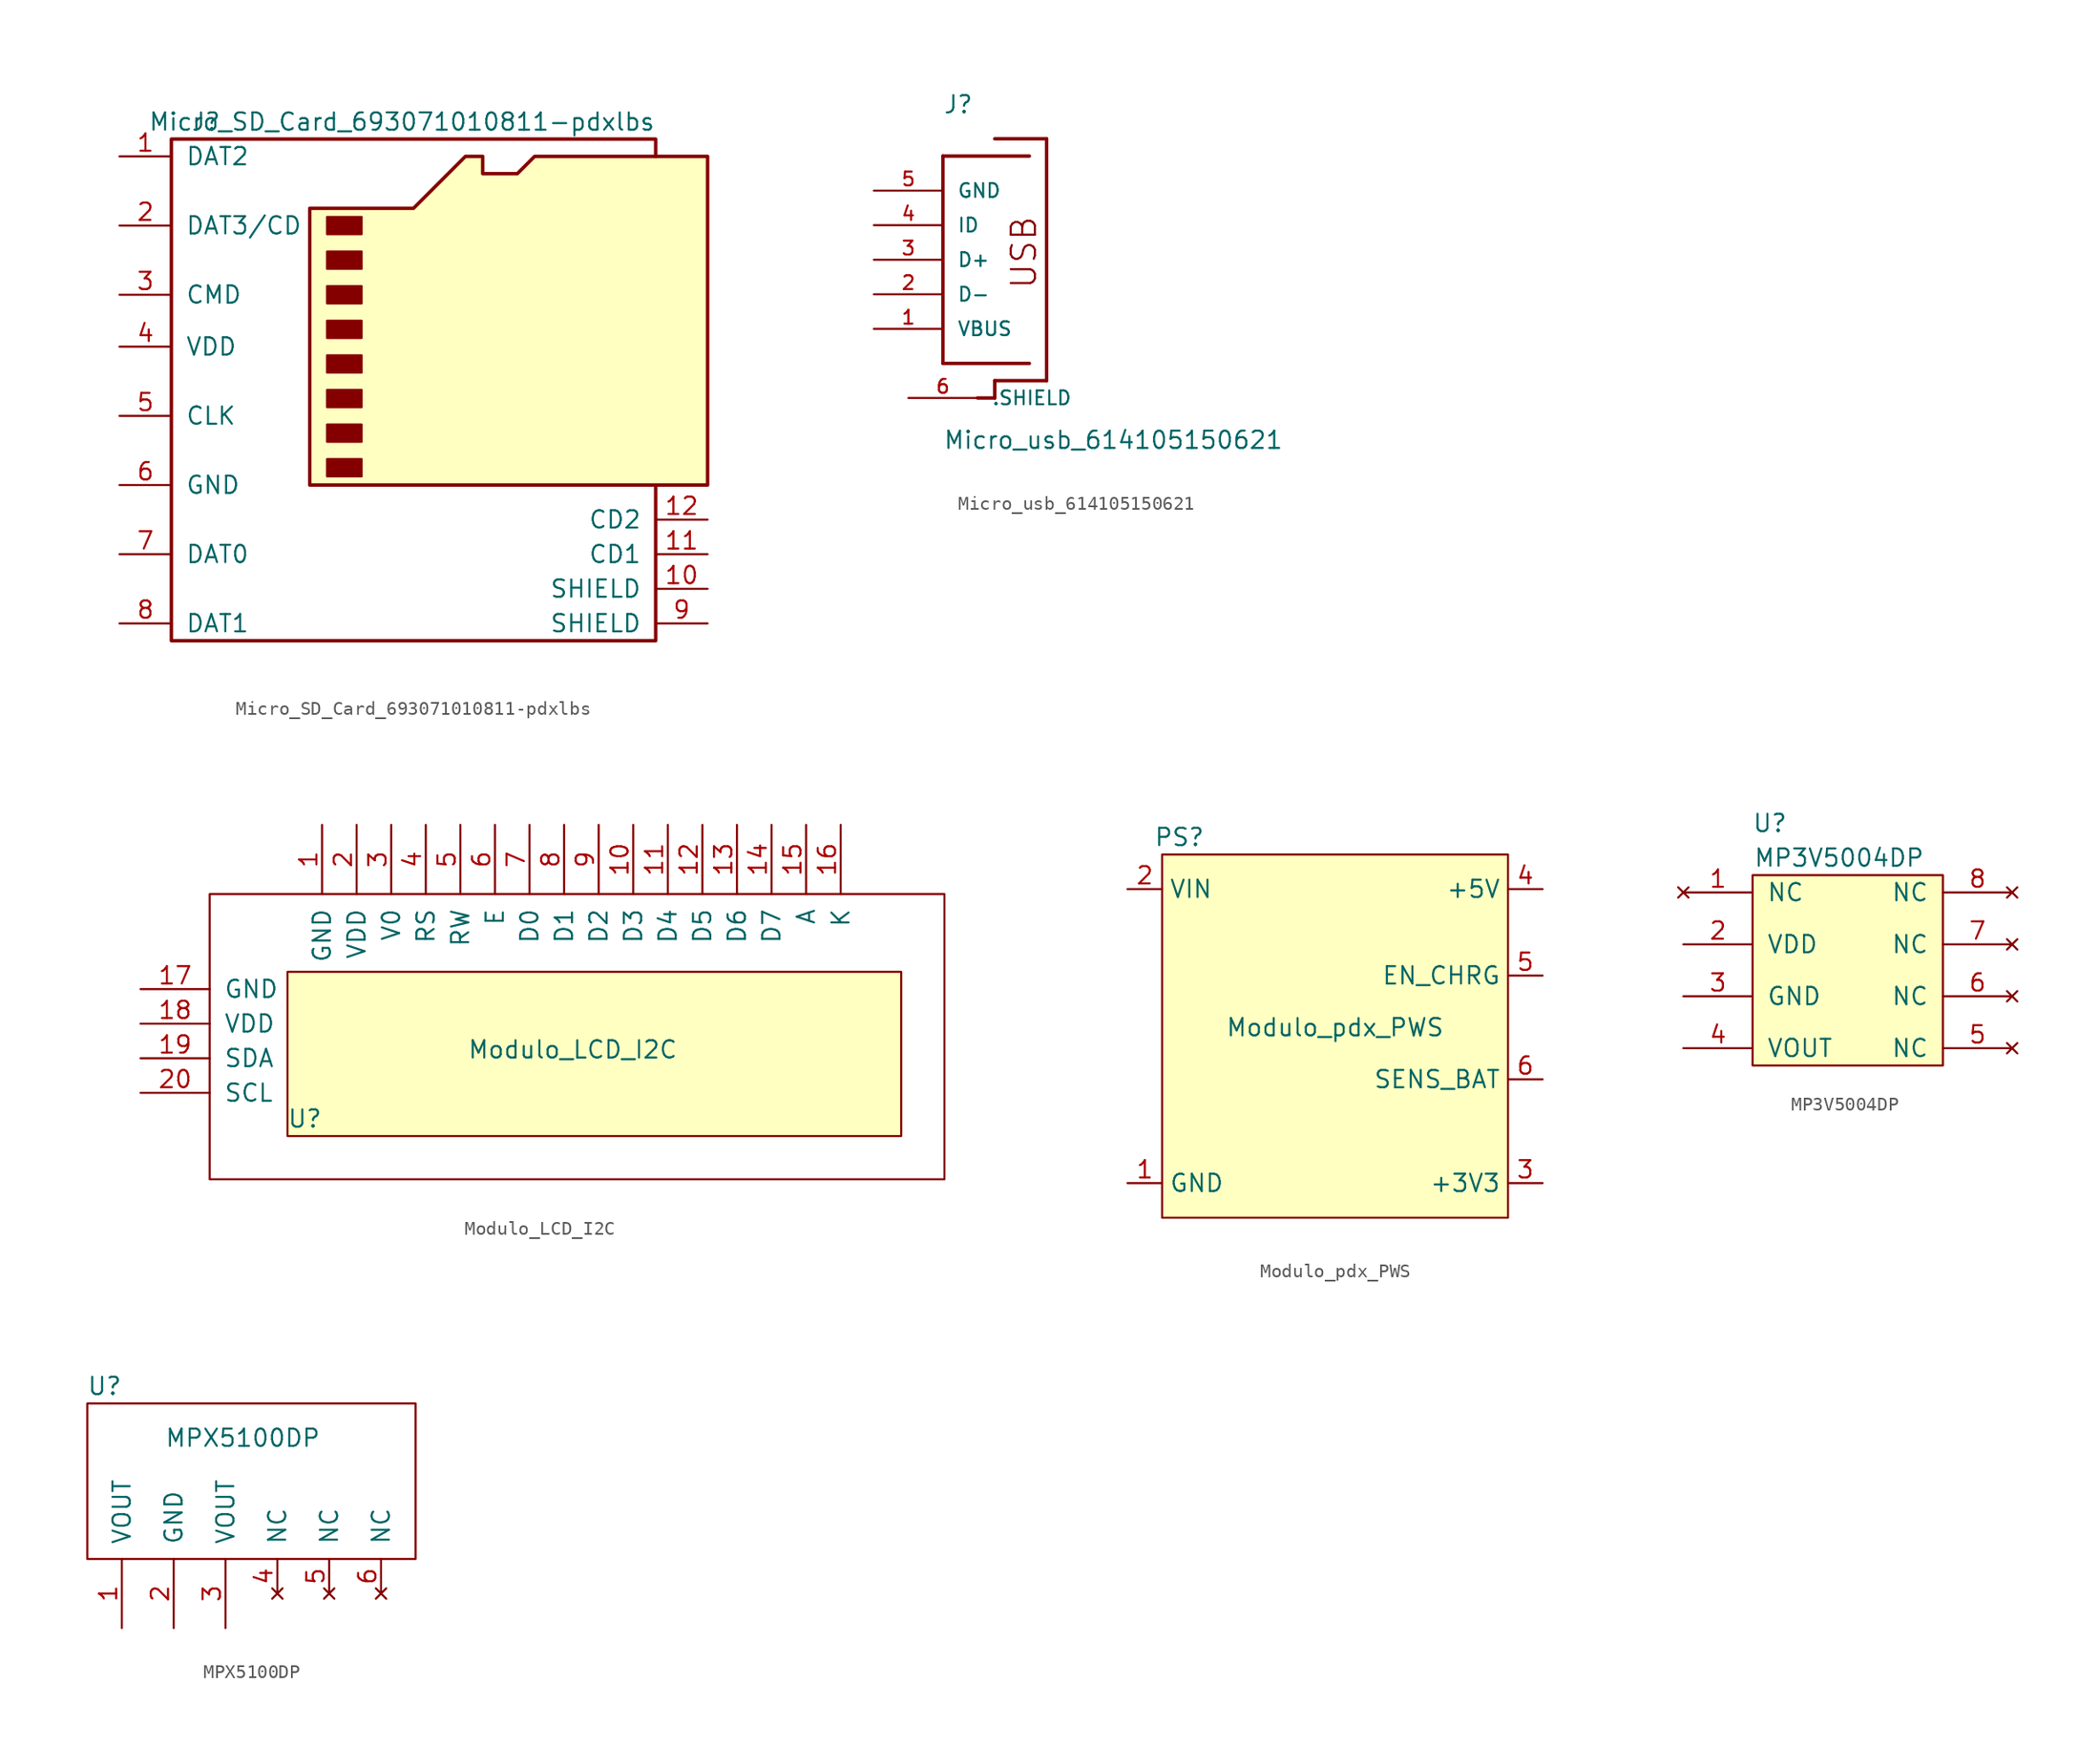
<source format=kicad_sym>
(kicad_symbol_lib
  (version 20211014)
  (generator kicad_symbol_editor)
  (symbol "Micro_SD_Card_693071010811-pdxlbs"
    (pin_names
      (offset 1.016))
    (property "Reference" "J"
      (at 2.54 38.1 0)
      (effects (font (size 1.27 1.27))))
    (property "Value" "Micro_SD_Card_693071010811-pdxlbs"
      (at 35.56 38.1 0)
      (effects (font (size 1.27 1.27)) (justify right)))
    (symbol "Micro_SD_Card_693071010811-pdxlbs_0_1"
      (polyline (pts (xy 35.56 35.56) (xy 35.56 36.83) (xy 0 36.83) (xy 0 0) (xy 35.56 0) (xy 35.56 11.43)) (stroke (width 0.254) (type default) (color 0 0 0 0)) (fill (type none)))
      (polyline (pts (xy 10.16 11.43) (xy 10.16 31.75) (xy 17.78 31.75) (xy 21.59 35.56) (xy 22.86 35.56) (xy 22.86 34.29) (xy 25.4 34.29) (xy 26.67 35.56) (xy 39.37 35.56) (xy 39.37 11.43) (xy 10.16 11.43)) (stroke (width 0.254) (type default) (color 0 0 0 0)) (fill (type background)))
      (rectangle (start 11.43 13.335) (end 13.97 12.065) (stroke (width 0) (type default) (color 0 0 0 0)) (fill (type outline)))
      (rectangle (start 11.43 15.875) (end 13.97 14.605) (stroke (width 0) (type default) (color 0 0 0 0)) (fill (type outline)))
      (rectangle (start 11.43 18.415) (end 13.97 17.145) (stroke (width 0) (type default) (color 0 0 0 0)) (fill (type outline)))
      (rectangle (start 11.43 20.955) (end 13.97 19.685) (stroke (width 0) (type default) (color 0 0 0 0)) (fill (type outline)))
      (rectangle (start 11.43 23.495) (end 13.97 22.225) (stroke (width 0) (type default) (color 0 0 0 0)) (fill (type outline)))
      (rectangle (start 11.43 26.035) (end 13.97 24.765) (stroke (width 0) (type default) (color 0 0 0 0)) (fill (type outline)))
      (rectangle (start 11.43 28.575) (end 13.97 27.305) (stroke (width 0) (type default) (color 0 0 0 0)) (fill (type outline)))
      (rectangle (start 11.43 31.115) (end 13.97 29.845) (stroke (width 0) (type default) (color 0 0 0 0)) (fill (type outline))))
    (symbol "Micro_SD_Card_693071010811-pdxlbs_1_1"
      (pin bidirectional line (at -3.81 35.56 0) (length 3.81) (name "DAT2" (effects (font (size 1.27 1.27)))) (number "1" (effects (font (size 1.27 1.27)))))
      (pin passive line (at 39.37 3.81 180) (length 3.81) (name "SHIELD" (effects (font (size 1.27 1.27)))) (number "10" (effects (font (size 1.27 1.27)))))
      (pin passive line (at 39.37 6.35 180) (length 3.81) (name "CD1" (effects (font (size 1.27 1.27)))) (number "11" (effects (font (size 1.27 1.27)))))
      (pin passive line (at 39.37 8.89 180) (length 3.81) (name "CD2" (effects (font (size 1.27 1.27)))) (number "12" (effects (font (size 1.27 1.27)))))
      (pin bidirectional line (at -3.81 30.48 0) (length 3.81) (name "DAT3/CD" (effects (font (size 1.27 1.27)))) (number "2" (effects (font (size 1.27 1.27)))))
      (pin input line (at -3.81 25.4 0) (length 3.81) (name "CMD" (effects (font (size 1.27 1.27)))) (number "3" (effects (font (size 1.27 1.27)))))
      (pin power_in line (at -3.81 21.59 0) (length 3.81) (name "VDD" (effects (font (size 1.27 1.27)))) (number "4" (effects (font (size 1.27 1.27)))))
      (pin input line (at -3.81 16.51 0) (length 3.81) (name "CLK" (effects (font (size 1.27 1.27)))) (number "5" (effects (font (size 1.27 1.27)))))
      (pin power_in line (at -3.81 11.43 0) (length 3.81) (name "GND" (effects (font (size 1.27 1.27)))) (number "6" (effects (font (size 1.27 1.27)))))
      (pin input line (at -3.81 6.35 0) (length 3.81) (name "DAT0" (effects (font (size 1.27 1.27)))) (number "7" (effects (font (size 1.27 1.27)))))
      (pin input line (at -3.81 1.27 0) (length 3.81) (name "DAT1" (effects (font (size 1.27 1.27)))) (number "8" (effects (font (size 1.27 1.27)))))
      (pin passive line (at 39.37 1.27 180) (length 3.81) (name "SHIELD" (effects (font (size 1.27 1.27)))) (number "9" (effects (font (size 1.27 1.27)))))))
  (symbol "Micro_usb_614105150621"
    (pin_names
      (offset 1.016))
    (property "Reference" "J"
      (at -2.54 10.668 0)
      (effects (font (size 1.27 1.27)) (justify left bottom)))
    (property "Value" "Micro_usb_614105150621"
      (at -2.54 -13.995 0)
      (effects (font (size 1.27 1.27)) (justify left bottom)))
    (symbol "Micro_usb_614105150621_0_0"
      (polyline (pts (xy -2.54 -7.62) (xy -2.54 7.62)) (stroke (width 0.254) (type default) (color 0 0 0 0)) (fill (type none)))
      (polyline (pts (xy -2.54 7.62) (xy 3.81 7.62)) (stroke (width 0.254) (type default) (color 0 0 0 0)) (fill (type none)))
      (polyline (pts (xy 0 -10.16) (xy 1.27 -10.16)) (stroke (width 0.254) (type default) (color 0 0 0 0)) (fill (type none)))
      (polyline (pts (xy 1.27 -8.89) (xy 1.27 -10.16)) (stroke (width 0.254) (type default) (color 0 0 0 0)) (fill (type none)))
      (polyline (pts (xy 1.27 8.89) (xy 5.08 8.89)) (stroke (width 0.254) (type default) (color 0 0 0 0)) (fill (type none)))
      (polyline (pts (xy 3.81 -7.62) (xy -2.54 -7.62)) (stroke (width 0.254) (type default) (color 0 0 0 0)) (fill (type none)))
      (polyline (pts (xy 5.08 -8.89) (xy 1.27 -8.89)) (stroke (width 0.254) (type default) (color 0 0 0 0)) (fill (type none)))
      (polyline (pts (xy 5.08 8.89) (xy 5.08 -8.89)) (stroke (width 0.254) (type default) (color 0 0 0 0)) (fill (type none)))
      (text "USB" (at 4.445 -2.235 900) (effects (font (size 1.778 1.778)) (justify left bottom)))
      (pin passive line (at -7.62 -5.08 0) (length 5.08) (name "VBUS" (effects (font (size 1.016 1.016)))) (number "1" (effects (font (size 1.016 1.016)))))
      (pin passive line (at -7.62 -2.54 0) (length 5.08) (name "D-" (effects (font (size 1.016 1.016)))) (number "2" (effects (font (size 1.016 1.016)))))
      (pin passive line (at -7.62 0 0) (length 5.08) (name "D+" (effects (font (size 1.016 1.016)))) (number "3" (effects (font (size 1.016 1.016)))))
      (pin passive line (at -7.62 2.54 0) (length 5.08) (name "ID" (effects (font (size 1.016 1.016)))) (number "4" (effects (font (size 1.016 1.016)))))
      (pin passive line (at -7.62 5.08 0) (length 5.08) (name "GND" (effects (font (size 1.016 1.016)))) (number "5" (effects (font (size 1.016 1.016)))))
      (pin passive line (at -5.08 -10.16 0) (length 5.08) (name ".SHIELD" (effects (font (size 1.016 1.016)))) (number "6" (effects (font (size 1.016 1.016)))))))
  (symbol "Modulo_LCD_I2C"
    (pin_names
      (offset 1.016))
    (property "Reference" "U"
      (at 6.985 -0.635 0)
      (effects (font (size 1.27 1.27))))
    (property "Value" "Modulo_LCD_I2C"
      (at 26.67 4.445 0)
      (effects (font (size 1.27 1.27))))
    (symbol "Modulo_LCD_I2C_0_1"
      (rectangle (start 0 15.875) (end 53.975 -5.08) (stroke (width 0) (type default) (color 0 0 0 0)) (fill (type none)))
      (rectangle (start 5.715 10.16) (end 50.8 -1.905) (stroke (width 0) (type default) (color 0 0 0 0)) (fill (type background))))
    (symbol "Modulo_LCD_I2C_1_1"
      (pin input line (at 8.255 20.955 270) (length 5.08) (name "GND" (effects (font (size 1.27 1.27)))) (number "1" (effects (font (size 1.27 1.27)))))
      (pin input line (at 31.115 20.955 270) (length 5.08) (name "D3" (effects (font (size 1.27 1.27)))) (number "10" (effects (font (size 1.27 1.27)))))
      (pin input line (at 33.655 20.955 270) (length 5.08) (name "D4" (effects (font (size 1.27 1.27)))) (number "11" (effects (font (size 1.27 1.27)))))
      (pin input line (at 36.195 20.955 270) (length 5.08) (name "D5" (effects (font (size 1.27 1.27)))) (number "12" (effects (font (size 1.27 1.27)))))
      (pin input line (at 38.735 20.955 270) (length 5.08) (name "D6" (effects (font (size 1.27 1.27)))) (number "13" (effects (font (size 1.27 1.27)))))
      (pin input line (at 41.275 20.955 270) (length 5.08) (name "D7" (effects (font (size 1.27 1.27)))) (number "14" (effects (font (size 1.27 1.27)))))
      (pin input line (at 43.815 20.955 270) (length 5.08) (name "A" (effects (font (size 1.27 1.27)))) (number "15" (effects (font (size 1.27 1.27)))))
      (pin input line (at 46.355 20.955 270) (length 5.08) (name "K" (effects (font (size 1.27 1.27)))) (number "16" (effects (font (size 1.27 1.27)))))
      (pin input line (at -5.08 8.89 0) (length 5.08) (name "GND" (effects (font (size 1.27 1.27)))) (number "17" (effects (font (size 1.27 1.27)))))
      (pin input line (at -5.08 6.35 0) (length 5.08) (name "VDD" (effects (font (size 1.27 1.27)))) (number "18" (effects (font (size 1.27 1.27)))))
      (pin input line (at -5.08 3.81 0) (length 5.08) (name "SDA" (effects (font (size 1.27 1.27)))) (number "19" (effects (font (size 1.27 1.27)))))
      (pin input line (at 10.795 20.955 270) (length 5.08) (name "VDD" (effects (font (size 1.27 1.27)))) (number "2" (effects (font (size 1.27 1.27)))))
      (pin input line (at -5.08 1.27 0) (length 5.08) (name "SCL" (effects (font (size 1.27 1.27)))) (number "20" (effects (font (size 1.27 1.27)))))
      (pin input line (at 13.335 20.955 270) (length 5.08) (name "V0" (effects (font (size 1.27 1.27)))) (number "3" (effects (font (size 1.27 1.27)))))
      (pin input line (at 15.875 20.955 270) (length 5.08) (name "RS" (effects (font (size 1.27 1.27)))) (number "4" (effects (font (size 1.27 1.27)))))
      (pin input line (at 18.415 20.955 270) (length 5.08) (name "RW" (effects (font (size 1.27 1.27)))) (number "5" (effects (font (size 1.27 1.27)))))
      (pin input line (at 20.955 20.955 270) (length 5.08) (name "E" (effects (font (size 1.27 1.27)))) (number "6" (effects (font (size 1.27 1.27)))))
      (pin input line (at 23.495 20.955 270) (length 5.08) (name "D0" (effects (font (size 1.27 1.27)))) (number "7" (effects (font (size 1.27 1.27)))))
      (pin input line (at 26.035 20.955 270) (length 5.08) (name "D1" (effects (font (size 1.27 1.27)))) (number "8" (effects (font (size 1.27 1.27)))))
      (pin input line (at 28.575 20.955 270) (length 5.08) (name "D2" (effects (font (size 1.27 1.27)))) (number "9" (effects (font (size 1.27 1.27)))))))
  (symbol "Modulo_pdx_PWS"
    (property "Reference" "PS"
      (at 3.81 2.54 0)
      (effects (font (size 1.27 1.27))))
    (property "Value" "Modulo_pdx_PWS"
      (at 15.24 -11.43 0)
      (effects (font (size 1.27 1.27))))
    (symbol "Modulo_pdx_PWS_0_1"
      (rectangle (start 2.54 1.27) (end 27.94 -25.4) (stroke (width 0.152) (type default) (color 0 0 0 0)) (fill (type background))))
    (symbol "Modulo_pdx_PWS_1_1"
      (pin input line (at 0 -22.86 0) (length 2.54) (name "GND" (effects (font (size 1.27 1.27)))) (number "1" (effects (font (size 1.27 1.27)))))
      (pin input line (at 0 -1.27 0) (length 2.54) (name "VIN" (effects (font (size 1.27 1.27)))) (number "2" (effects (font (size 1.27 1.27)))))
      (pin input line (at 30.48 -22.86 180) (length 2.54) (name "+3V3" (effects (font (size 1.27 1.27)))) (number "3" (effects (font (size 1.27 1.27)))))
      (pin input line (at 30.48 -1.27 180) (length 2.54) (name "+5V" (effects (font (size 1.27 1.27)))) (number "4" (effects (font (size 1.27 1.27)))))
      (pin input line (at 30.48 -7.62 180) (length 2.54) (name "EN_CHRG" (effects (font (size 1.27 1.27)))) (number "5" (effects (font (size 1.27 1.27)))))
      (pin input line (at 30.48 -15.24 180) (length 2.54) (name "SENS_BAT" (effects (font (size 1.27 1.27)))) (number "6" (effects (font (size 1.27 1.27)))))))
  (symbol "MP3V5004DP"
    (pin_names
      (offset 1.016))
    (property "Reference" "U"
      (at 1.27 19.05 0)
      (effects (font (size 1.27 1.27))))
    (property "Value" "MP3V5004DP"
      (at 6.35 16.51 0)
      (effects (font (size 1.27 1.27))))
    (symbol "MP3V5004DP_0_1"
      (rectangle (start 0 15.24) (end 13.97 1.27) (stroke (width 0) (type default) (color 0 0 0 0)) (fill (type background))))
    (symbol "MP3V5004DP_1_1"
      (pin no_connect line (at -5.08 13.97 0) (length 5.08) (name "NC" (effects (font (size 1.27 1.27)))) (number "1" (effects (font (size 1.27 1.27)))))
      (pin input line (at -5.08 10.16 0) (length 5.08) (name "VDD" (effects (font (size 1.27 1.27)))) (number "2" (effects (font (size 1.27 1.27)))))
      (pin input line (at -5.08 6.35 0) (length 5.08) (name "GND" (effects (font (size 1.27 1.27)))) (number "3" (effects (font (size 1.27 1.27)))))
      (pin input line (at -5.08 2.54 0) (length 5.08) (name "VOUT" (effects (font (size 1.27 1.27)))) (number "4" (effects (font (size 1.27 1.27)))))
      (pin no_connect line (at 19.05 2.54 180) (length 5.08) (name "NC" (effects (font (size 1.27 1.27)))) (number "5" (effects (font (size 1.27 1.27)))))
      (pin no_connect line (at 19.05 6.35 180) (length 5.08) (name "NC" (effects (font (size 1.27 1.27)))) (number "6" (effects (font (size 1.27 1.27)))))
      (pin no_connect line (at 19.05 10.16 180) (length 5.08) (name "NC" (effects (font (size 1.27 1.27)))) (number "7" (effects (font (size 1.27 1.27)))))
      (pin no_connect line (at 19.05 13.97 180) (length 5.08) (name "NC" (effects (font (size 1.27 1.27)))) (number "8" (effects (font (size 1.27 1.27)))))))
  (symbol "MPX5100DP"
    (pin_names
      (offset 1.016))
    (property "Reference" "U"
      (at 1.27 12.7 0)
      (effects (font (size 1.27 1.27))))
    (property "Value" "MPX5100DP"
      (at 11.43 8.89 0)
      (effects (font (size 1.27 1.27))))
    (symbol "MPX5100DP_0_1"
      (rectangle (start 0 0) (end 24.13 11.43) (stroke (width 0) (type default) (color 0 0 0 0)) (fill (type none))))
    (symbol "MPX5100DP_1_1"
      (pin input line (at 2.54 -5.08 90) (length 5.08) (name "VOUT" (effects (font (size 1.27 1.27)))) (number "1" (effects (font (size 1.27 1.27)))))
      (pin input line (at 6.35 -5.08 90) (length 5.08) (name "GND" (effects (font (size 1.27 1.27)))) (number "2" (effects (font (size 1.27 1.27)))))
      (pin input line (at 10.16 -5.08 90) (length 5.08) (name "VOUT" (effects (font (size 1.27 1.27)))) (number "3" (effects (font (size 1.27 1.27)))))
      (pin no_connect line (at 13.97 -2.54 90) (length 2.54) (name "NC" (effects (font (size 1.27 1.27)))) (number "4" (effects (font (size 1.27 1.27)))))
      (pin no_connect line (at 17.78 -2.54 90) (length 2.54) (name "NC" (effects (font (size 1.27 1.27)))) (number "5" (effects (font (size 1.27 1.27)))))
      (pin no_connect line (at 21.59 -2.54 90) (length 2.54) (name "NC" (effects (font (size 1.27 1.27)))) (number "6" (effects (font (size 1.27 1.27))))))))
</source>
